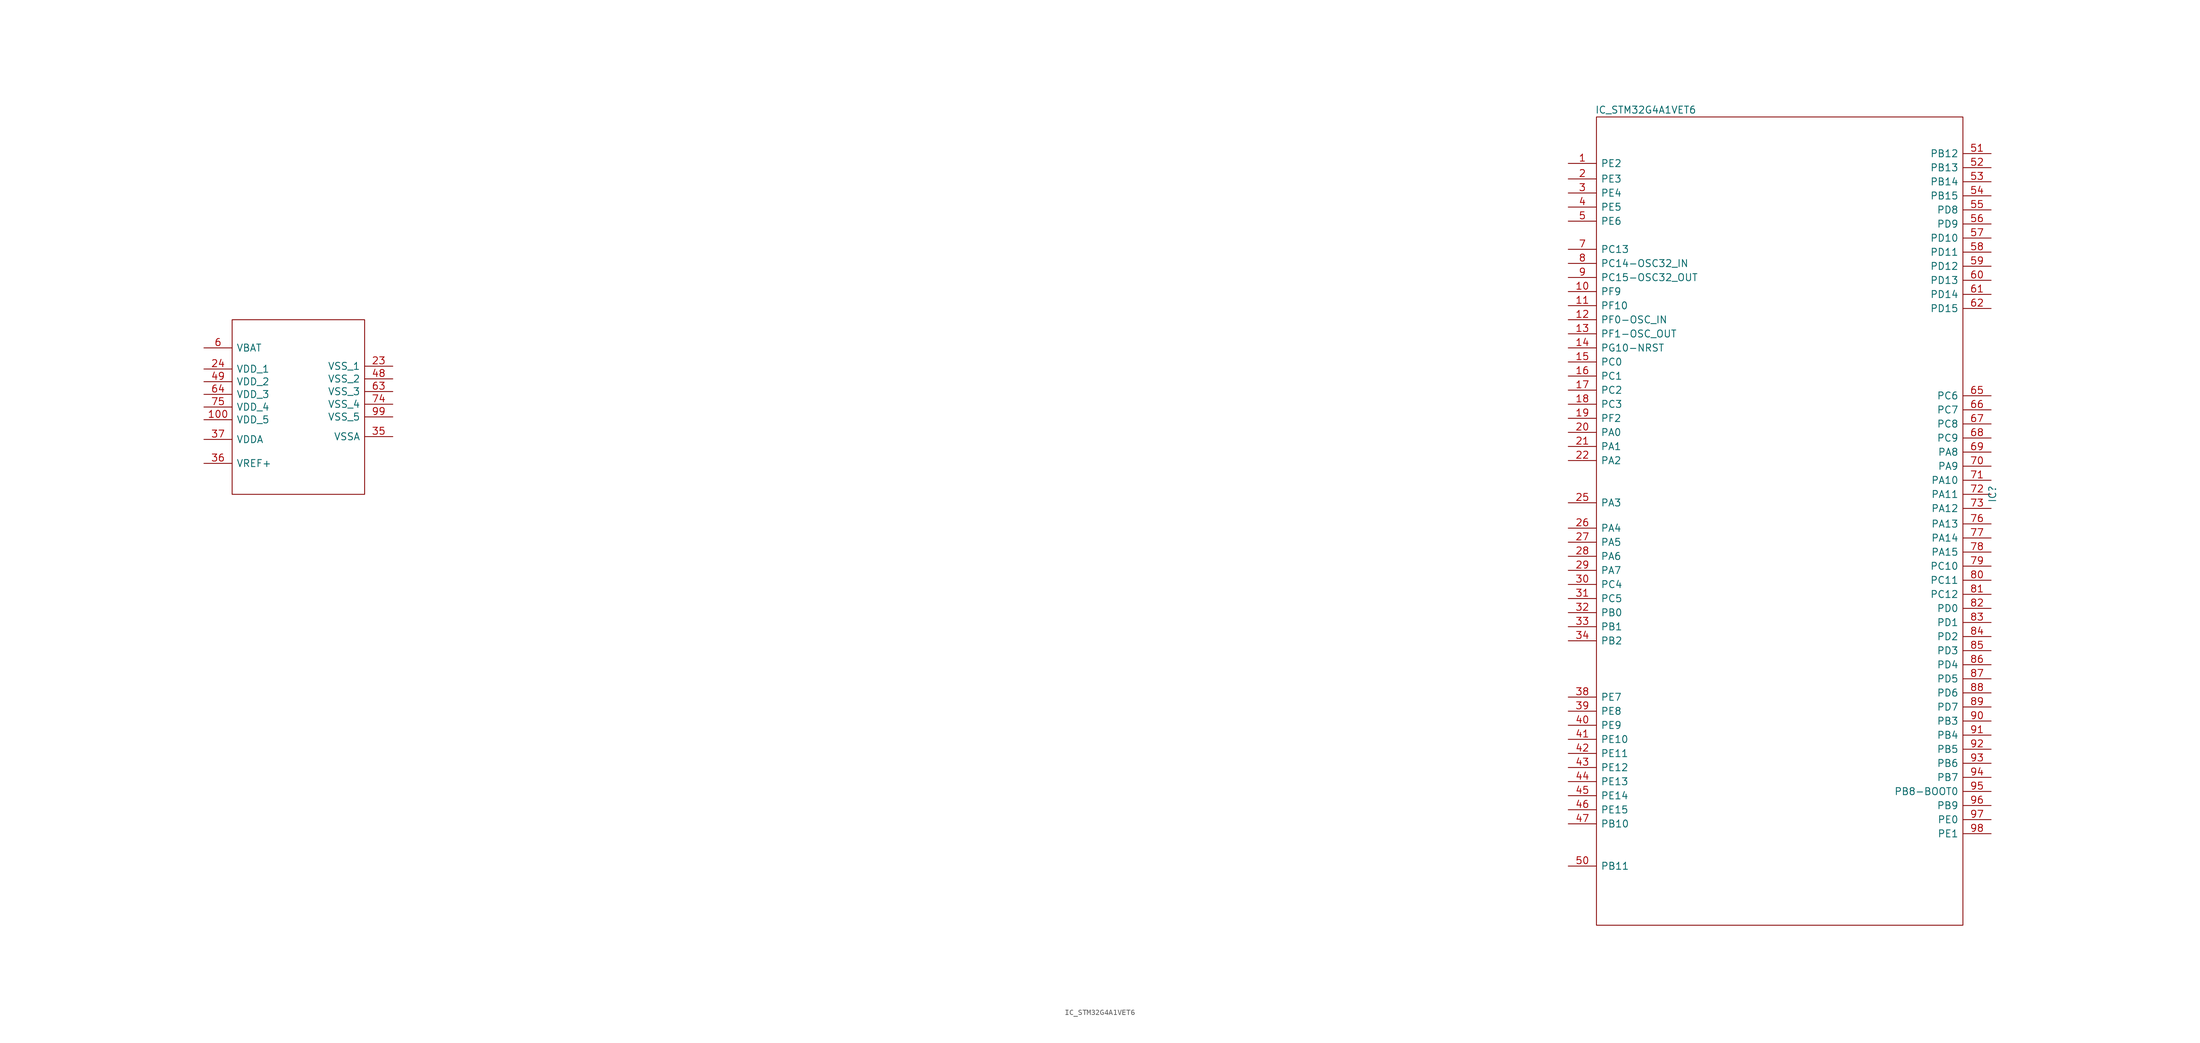
<source format=kicad_sym>
(kicad_symbol_lib
  (version 20220914)
  (generator kicad_symbol_editor)
  (symbol "IC_STM32G4A1VET6"
    (pin_names
      (offset 0.762))
    (property "Reference" "IC"
      (at 76.454 -24.638 90)
      (effects (font (size 1.27 1.27)) (justify left)))
    (property "Value" "IC_STM32G4A1VET6"
      (at 4.826 46.228 0)
      (effects (font (size 1.27 1.27)) (justify left)))
    (symbol "IC_STM32G4A1VET6_0_0"
      (pin passive line (at 0 36.576 0) (length 5.08) (name "PE2" (effects (font (size 1.27 1.27)))) (number "1" (effects (font (size 1.27 1.27)))))
      (pin passive line (at 0 13.462 0) (length 5.08) (name "PF9" (effects (font (size 1.27 1.27)))) (number "10" (effects (font (size 1.27 1.27)))))
      (pin passive line (at -245.872 -9.652 0) (length 5.08) (name "VDD_5" (effects (font (size 1.27 1.27)))) (number "100" (effects (font (size 1.27 1.27)))))
      (pin passive line (at 0 10.922 0) (length 5.08) (name "PF10" (effects (font (size 1.27 1.27)))) (number "11" (effects (font (size 1.27 1.27)))))
      (pin passive line (at 0 8.382 0) (length 5.08) (name "PF0-OSC_IN" (effects (font (size 1.27 1.27)))) (number "12" (effects (font (size 1.27 1.27)))))
      (pin passive line (at 0 5.842 0) (length 5.08) (name "PF1-OSC_OUT" (effects (font (size 1.27 1.27)))) (number "13" (effects (font (size 1.27 1.27)))))
      (pin passive line (at 0 3.302 0) (length 5.08) (name "PG10-NRST" (effects (font (size 1.27 1.27)))) (number "14" (effects (font (size 1.27 1.27)))))
      (pin passive line (at 0 0.762 0) (length 5.08) (name "PC0" (effects (font (size 1.27 1.27)))) (number "15" (effects (font (size 1.27 1.27)))))
      (pin passive line (at 0 -1.778 0) (length 5.08) (name "PC1" (effects (font (size 1.27 1.27)))) (number "16" (effects (font (size 1.27 1.27)))))
      (pin passive line (at 0 -4.318 0) (length 5.08) (name "PC2" (effects (font (size 1.27 1.27)))) (number "17" (effects (font (size 1.27 1.27)))))
      (pin passive line (at 0 -6.858 0) (length 5.08) (name "PC3" (effects (font (size 1.27 1.27)))) (number "18" (effects (font (size 1.27 1.27)))))
      (pin passive line (at 0 -9.398 0) (length 5.08) (name "PF2" (effects (font (size 1.27 1.27)))) (number "19" (effects (font (size 1.27 1.27)))))
      (pin passive line (at 0 33.782 0) (length 5.08) (name "PE3" (effects (font (size 1.27 1.27)))) (number "2" (effects (font (size 1.27 1.27)))))
      (pin passive line (at 0 -11.938 0) (length 5.08) (name "PA0" (effects (font (size 1.27 1.27)))) (number "20" (effects (font (size 1.27 1.27)))))
      (pin passive line (at 0 -14.478 0) (length 5.08) (name "PA1" (effects (font (size 1.27 1.27)))) (number "21" (effects (font (size 1.27 1.27)))))
      (pin passive line (at 0 -17.018 0) (length 5.08) (name "PA2" (effects (font (size 1.27 1.27)))) (number "22" (effects (font (size 1.27 1.27)))))
      (pin passive line (at -211.836 0 180) (length 5.08) (name "VSS_1" (effects (font (size 1.27 1.27)))) (number "23" (effects (font (size 1.27 1.27)))))
      (pin passive line (at -245.872 -0.508 0) (length 5.08) (name "VDD_1" (effects (font (size 1.27 1.27)))) (number "24" (effects (font (size 1.27 1.27)))))
      (pin passive line (at 0 -24.638 0) (length 5.08) (name "PA3" (effects (font (size 1.27 1.27)))) (number "25" (effects (font (size 1.27 1.27)))))
      (pin passive line (at 0 -29.21 0) (length 5.08) (name "PA4" (effects (font (size 1.27 1.27)))) (number "26" (effects (font (size 1.27 1.27)))))
      (pin passive line (at 0 -31.75 0) (length 5.08) (name "PA5" (effects (font (size 1.27 1.27)))) (number "27" (effects (font (size 1.27 1.27)))))
      (pin passive line (at 0 -34.29 0) (length 5.08) (name "PA6" (effects (font (size 1.27 1.27)))) (number "28" (effects (font (size 1.27 1.27)))))
      (pin passive line (at 0 -36.83 0) (length 5.08) (name "PA7" (effects (font (size 1.27 1.27)))) (number "29" (effects (font (size 1.27 1.27)))))
      (pin passive line (at 0 31.242 0) (length 5.08) (name "PE4" (effects (font (size 1.27 1.27)))) (number "3" (effects (font (size 1.27 1.27)))))
      (pin passive line (at 0 -39.37 0) (length 5.08) (name "PC4" (effects (font (size 1.27 1.27)))) (number "30" (effects (font (size 1.27 1.27)))))
      (pin passive line (at 0 -41.91 0) (length 5.08) (name "PC5" (effects (font (size 1.27 1.27)))) (number "31" (effects (font (size 1.27 1.27)))))
      (pin passive line (at 0 -44.45 0) (length 5.08) (name "PB0" (effects (font (size 1.27 1.27)))) (number "32" (effects (font (size 1.27 1.27)))))
      (pin passive line (at 0 -46.99 0) (length 5.08) (name "PB1" (effects (font (size 1.27 1.27)))) (number "33" (effects (font (size 1.27 1.27)))))
      (pin passive line (at 0 -49.53 0) (length 5.08) (name "PB2" (effects (font (size 1.27 1.27)))) (number "34" (effects (font (size 1.27 1.27)))))
      (pin passive line (at -211.836 -12.7 180) (length 5.08) (name "VSSA" (effects (font (size 1.27 1.27)))) (number "35" (effects (font (size 1.27 1.27)))))
      (pin passive line (at -245.872 -17.526 0) (length 5.08) (name "VREF+" (effects (font (size 1.27 1.27)))) (number "36" (effects (font (size 1.27 1.27)))))
      (pin passive line (at -245.872 -13.208 0) (length 5.08) (name "VDDA" (effects (font (size 1.27 1.27)))) (number "37" (effects (font (size 1.27 1.27)))))
      (pin passive line (at 0 -59.69 0) (length 5.08) (name "PE7" (effects (font (size 1.27 1.27)))) (number "38" (effects (font (size 1.27 1.27)))))
      (pin passive line (at 0 -62.23 0) (length 5.08) (name "PE8" (effects (font (size 1.27 1.27)))) (number "39" (effects (font (size 1.27 1.27)))))
      (pin passive line (at 0 28.702 0) (length 5.08) (name "PE5" (effects (font (size 1.27 1.27)))) (number "4" (effects (font (size 1.27 1.27)))))
      (pin passive line (at 0 -64.77 0) (length 5.08) (name "PE9" (effects (font (size 1.27 1.27)))) (number "40" (effects (font (size 1.27 1.27)))))
      (pin passive line (at 0 -67.31 0) (length 5.08) (name "PE10" (effects (font (size 1.27 1.27)))) (number "41" (effects (font (size 1.27 1.27)))))
      (pin passive line (at 0 -69.85 0) (length 5.08) (name "PE11" (effects (font (size 1.27 1.27)))) (number "42" (effects (font (size 1.27 1.27)))))
      (pin passive line (at 0 -72.39 0) (length 5.08) (name "PE12" (effects (font (size 1.27 1.27)))) (number "43" (effects (font (size 1.27 1.27)))))
      (pin passive line (at 0 -74.93 0) (length 5.08) (name "PE13" (effects (font (size 1.27 1.27)))) (number "44" (effects (font (size 1.27 1.27)))))
      (pin passive line (at 0 -77.47 0) (length 5.08) (name "PE14" (effects (font (size 1.27 1.27)))) (number "45" (effects (font (size 1.27 1.27)))))
      (pin passive line (at 0 -80.01 0) (length 5.08) (name "PE15" (effects (font (size 1.27 1.27)))) (number "46" (effects (font (size 1.27 1.27)))))
      (pin passive line (at 0 -82.55 0) (length 5.08) (name "PB10" (effects (font (size 1.27 1.27)))) (number "47" (effects (font (size 1.27 1.27)))))
      (pin passive line (at -211.836 -2.286 180) (length 5.08) (name "VSS_2" (effects (font (size 1.27 1.27)))) (number "48" (effects (font (size 1.27 1.27)))))
      (pin passive line (at -245.872 -2.794 0) (length 5.08) (name "VDD_2" (effects (font (size 1.27 1.27)))) (number "49" (effects (font (size 1.27 1.27)))))
      (pin passive line (at 0 26.162 0) (length 5.08) (name "PE6" (effects (font (size 1.27 1.27)))) (number "5" (effects (font (size 1.27 1.27)))))
      (pin passive line (at 0 -90.17 0) (length 5.08) (name "PB11" (effects (font (size 1.27 1.27)))) (number "50" (effects (font (size 1.27 1.27)))))
      (pin passive line (at 76.2 38.354 180) (length 5.08) (name "PB12" (effects (font (size 1.27 1.27)))) (number "51" (effects (font (size 1.27 1.27)))))
      (pin passive line (at 76.2 35.814 180) (length 5.08) (name "PB13" (effects (font (size 1.27 1.27)))) (number "52" (effects (font (size 1.27 1.27)))))
      (pin passive line (at 76.2 33.274 180) (length 5.08) (name "PB14" (effects (font (size 1.27 1.27)))) (number "53" (effects (font (size 1.27 1.27)))))
      (pin passive line (at 76.2 30.734 180) (length 5.08) (name "PB15" (effects (font (size 1.27 1.27)))) (number "54" (effects (font (size 1.27 1.27)))))
      (pin passive line (at 76.2 28.194 180) (length 5.08) (name "PD8" (effects (font (size 1.27 1.27)))) (number "55" (effects (font (size 1.27 1.27)))))
      (pin passive line (at 76.2 25.654 180) (length 5.08) (name "PD9" (effects (font (size 1.27 1.27)))) (number "56" (effects (font (size 1.27 1.27)))))
      (pin passive line (at 76.2 23.114 180) (length 5.08) (name "PD10" (effects (font (size 1.27 1.27)))) (number "57" (effects (font (size 1.27 1.27)))))
      (pin passive line (at 76.2 20.574 180) (length 5.08) (name "PD11" (effects (font (size 1.27 1.27)))) (number "58" (effects (font (size 1.27 1.27)))))
      (pin passive line (at 76.2 18.034 180) (length 5.08) (name "PD12" (effects (font (size 1.27 1.27)))) (number "59" (effects (font (size 1.27 1.27)))))
      (pin passive line (at -245.872 3.302 0) (length 5.08) (name "VBAT" (effects (font (size 1.27 1.27)))) (number "6" (effects (font (size 1.27 1.27)))))
      (pin passive line (at 76.2 15.494 180) (length 5.08) (name "PD13" (effects (font (size 1.27 1.27)))) (number "60" (effects (font (size 1.27 1.27)))))
      (pin passive line (at 76.2 12.954 180) (length 5.08) (name "PD14" (effects (font (size 1.27 1.27)))) (number "61" (effects (font (size 1.27 1.27)))))
      (pin passive line (at 76.2 10.414 180) (length 5.08) (name "PD15" (effects (font (size 1.27 1.27)))) (number "62" (effects (font (size 1.27 1.27)))))
      (pin passive line (at -211.836 -4.572 180) (length 5.08) (name "VSS_3" (effects (font (size 1.27 1.27)))) (number "63" (effects (font (size 1.27 1.27)))))
      (pin passive line (at -245.872 -5.08 0) (length 5.08) (name "VDD_3" (effects (font (size 1.27 1.27)))) (number "64" (effects (font (size 1.27 1.27)))))
      (pin passive line (at 76.2 -5.334 180) (length 5.08) (name "PC6" (effects (font (size 1.27 1.27)))) (number "65" (effects (font (size 1.27 1.27)))))
      (pin passive line (at 76.2 -7.874 180) (length 5.08) (name "PC7" (effects (font (size 1.27 1.27)))) (number "66" (effects (font (size 1.27 1.27)))))
      (pin passive line (at 76.2 -10.414 180) (length 5.08) (name "PC8" (effects (font (size 1.27 1.27)))) (number "67" (effects (font (size 1.27 1.27)))))
      (pin passive line (at 76.2 -12.954 180) (length 5.08) (name "PC9" (effects (font (size 1.27 1.27)))) (number "68" (effects (font (size 1.27 1.27)))))
      (pin passive line (at 76.2 -15.494 180) (length 5.08) (name "PA8" (effects (font (size 1.27 1.27)))) (number "69" (effects (font (size 1.27 1.27)))))
      (pin passive line (at 0 21.082 0) (length 5.08) (name "PC13" (effects (font (size 1.27 1.27)))) (number "7" (effects (font (size 1.27 1.27)))))
      (pin passive line (at 76.2 -18.034 180) (length 5.08) (name "PA9" (effects (font (size 1.27 1.27)))) (number "70" (effects (font (size 1.27 1.27)))))
      (pin passive line (at 76.2 -20.574 180) (length 5.08) (name "PA10" (effects (font (size 1.27 1.27)))) (number "71" (effects (font (size 1.27 1.27)))))
      (pin passive line (at 76.2 -23.114 180) (length 5.08) (name "PA11" (effects (font (size 1.27 1.27)))) (number "72" (effects (font (size 1.27 1.27)))))
      (pin passive line (at 76.2 -25.654 180) (length 5.08) (name "PA12" (effects (font (size 1.27 1.27)))) (number "73" (effects (font (size 1.27 1.27)))))
      (pin passive line (at -211.836 -6.858 180) (length 5.08) (name "VSS_4" (effects (font (size 1.27 1.27)))) (number "74" (effects (font (size 1.27 1.27)))))
      (pin passive line (at -245.872 -7.366 0) (length 5.08) (name "VDD_4" (effects (font (size 1.27 1.27)))) (number "75" (effects (font (size 1.27 1.27)))))
      (pin passive line (at 76.2 -28.448 180) (length 5.08) (name "PA13" (effects (font (size 1.27 1.27)))) (number "76" (effects (font (size 1.27 1.27)))))
      (pin passive line (at 76.2 -30.988 180) (length 5.08) (name "PA14" (effects (font (size 1.27 1.27)))) (number "77" (effects (font (size 1.27 1.27)))))
      (pin passive line (at 76.2 -33.528 180) (length 5.08) (name "PA15" (effects (font (size 1.27 1.27)))) (number "78" (effects (font (size 1.27 1.27)))))
      (pin passive line (at 76.2 -36.068 180) (length 5.08) (name "PC10" (effects (font (size 1.27 1.27)))) (number "79" (effects (font (size 1.27 1.27)))))
      (pin passive line (at 0 18.542 0) (length 5.08) (name "PC14-OSC32_IN" (effects (font (size 1.27 1.27)))) (number "8" (effects (font (size 1.27 1.27)))))
      (pin passive line (at 76.2 -38.608 180) (length 5.08) (name "PC11" (effects (font (size 1.27 1.27)))) (number "80" (effects (font (size 1.27 1.27)))))
      (pin passive line (at 76.2 -41.148 180) (length 5.08) (name "PC12" (effects (font (size 1.27 1.27)))) (number "81" (effects (font (size 1.27 1.27)))))
      (pin passive line (at 76.2 -43.688 180) (length 5.08) (name "PD0" (effects (font (size 1.27 1.27)))) (number "82" (effects (font (size 1.27 1.27)))))
      (pin passive line (at 76.2 -46.228 180) (length 5.08) (name "PD1" (effects (font (size 1.27 1.27)))) (number "83" (effects (font (size 1.27 1.27)))))
      (pin passive line (at 76.2 -48.768 180) (length 5.08) (name "PD2" (effects (font (size 1.27 1.27)))) (number "84" (effects (font (size 1.27 1.27)))))
      (pin passive line (at 76.2 -51.308 180) (length 5.08) (name "PD3" (effects (font (size 1.27 1.27)))) (number "85" (effects (font (size 1.27 1.27)))))
      (pin passive line (at 76.2 -53.848 180) (length 5.08) (name "PD4" (effects (font (size 1.27 1.27)))) (number "86" (effects (font (size 1.27 1.27)))))
      (pin passive line (at 76.2 -56.388 180) (length 5.08) (name "PD5" (effects (font (size 1.27 1.27)))) (number "87" (effects (font (size 1.27 1.27)))))
      (pin passive line (at 76.2 -58.928 180) (length 5.08) (name "PD6" (effects (font (size 1.27 1.27)))) (number "88" (effects (font (size 1.27 1.27)))))
      (pin passive line (at 76.2 -61.468 180) (length 5.08) (name "PD7" (effects (font (size 1.27 1.27)))) (number "89" (effects (font (size 1.27 1.27)))))
      (pin passive line (at 0 16.002 0) (length 5.08) (name "PC15-OSC32_OUT" (effects (font (size 1.27 1.27)))) (number "9" (effects (font (size 1.27 1.27)))))
      (pin passive line (at 76.2 -64.008 180) (length 5.08) (name "PB3" (effects (font (size 1.27 1.27)))) (number "90" (effects (font (size 1.27 1.27)))))
      (pin passive line (at 76.2 -66.548 180) (length 5.08) (name "PB4" (effects (font (size 1.27 1.27)))) (number "91" (effects (font (size 1.27 1.27)))))
      (pin passive line (at 76.2 -69.088 180) (length 5.08) (name "PB5" (effects (font (size 1.27 1.27)))) (number "92" (effects (font (size 1.27 1.27)))))
      (pin passive line (at 76.2 -71.628 180) (length 5.08) (name "PB6" (effects (font (size 1.27 1.27)))) (number "93" (effects (font (size 1.27 1.27)))))
      (pin passive line (at 76.2 -74.168 180) (length 5.08) (name "PB7" (effects (font (size 1.27 1.27)))) (number "94" (effects (font (size 1.27 1.27)))))
      (pin passive line (at 76.2 -76.708 180) (length 5.08) (name "PB8-BOOT0" (effects (font (size 1.27 1.27)))) (number "95" (effects (font (size 1.27 1.27)))))
      (pin passive line (at 76.2 -79.248 180) (length 5.08) (name "PB9" (effects (font (size 1.27 1.27)))) (number "96" (effects (font (size 1.27 1.27)))))
      (pin passive line (at 76.2 -81.788 180) (length 5.08) (name "PE0" (effects (font (size 1.27 1.27)))) (number "97" (effects (font (size 1.27 1.27)))))
      (pin passive line (at 76.2 -84.328 180) (length 5.08) (name "PE1" (effects (font (size 1.27 1.27)))) (number "98" (effects (font (size 1.27 1.27)))))
      (pin passive line (at -211.836 -9.144 180) (length 5.08) (name "VSS_5" (effects (font (size 1.27 1.27)))) (number "99" (effects (font (size 1.27 1.27))))))
    (symbol "IC_STM32G4A1VET6_0_1"
      (rectangle (start -240.792 8.382) (end -216.916 -23.114) (stroke (width 0) (type default)) (fill (type none)))
      (rectangle (start 5.08 44.958) (end 71.12 -100.838) (stroke (width 0) (type default)) (fill (type none))))))
</source>
